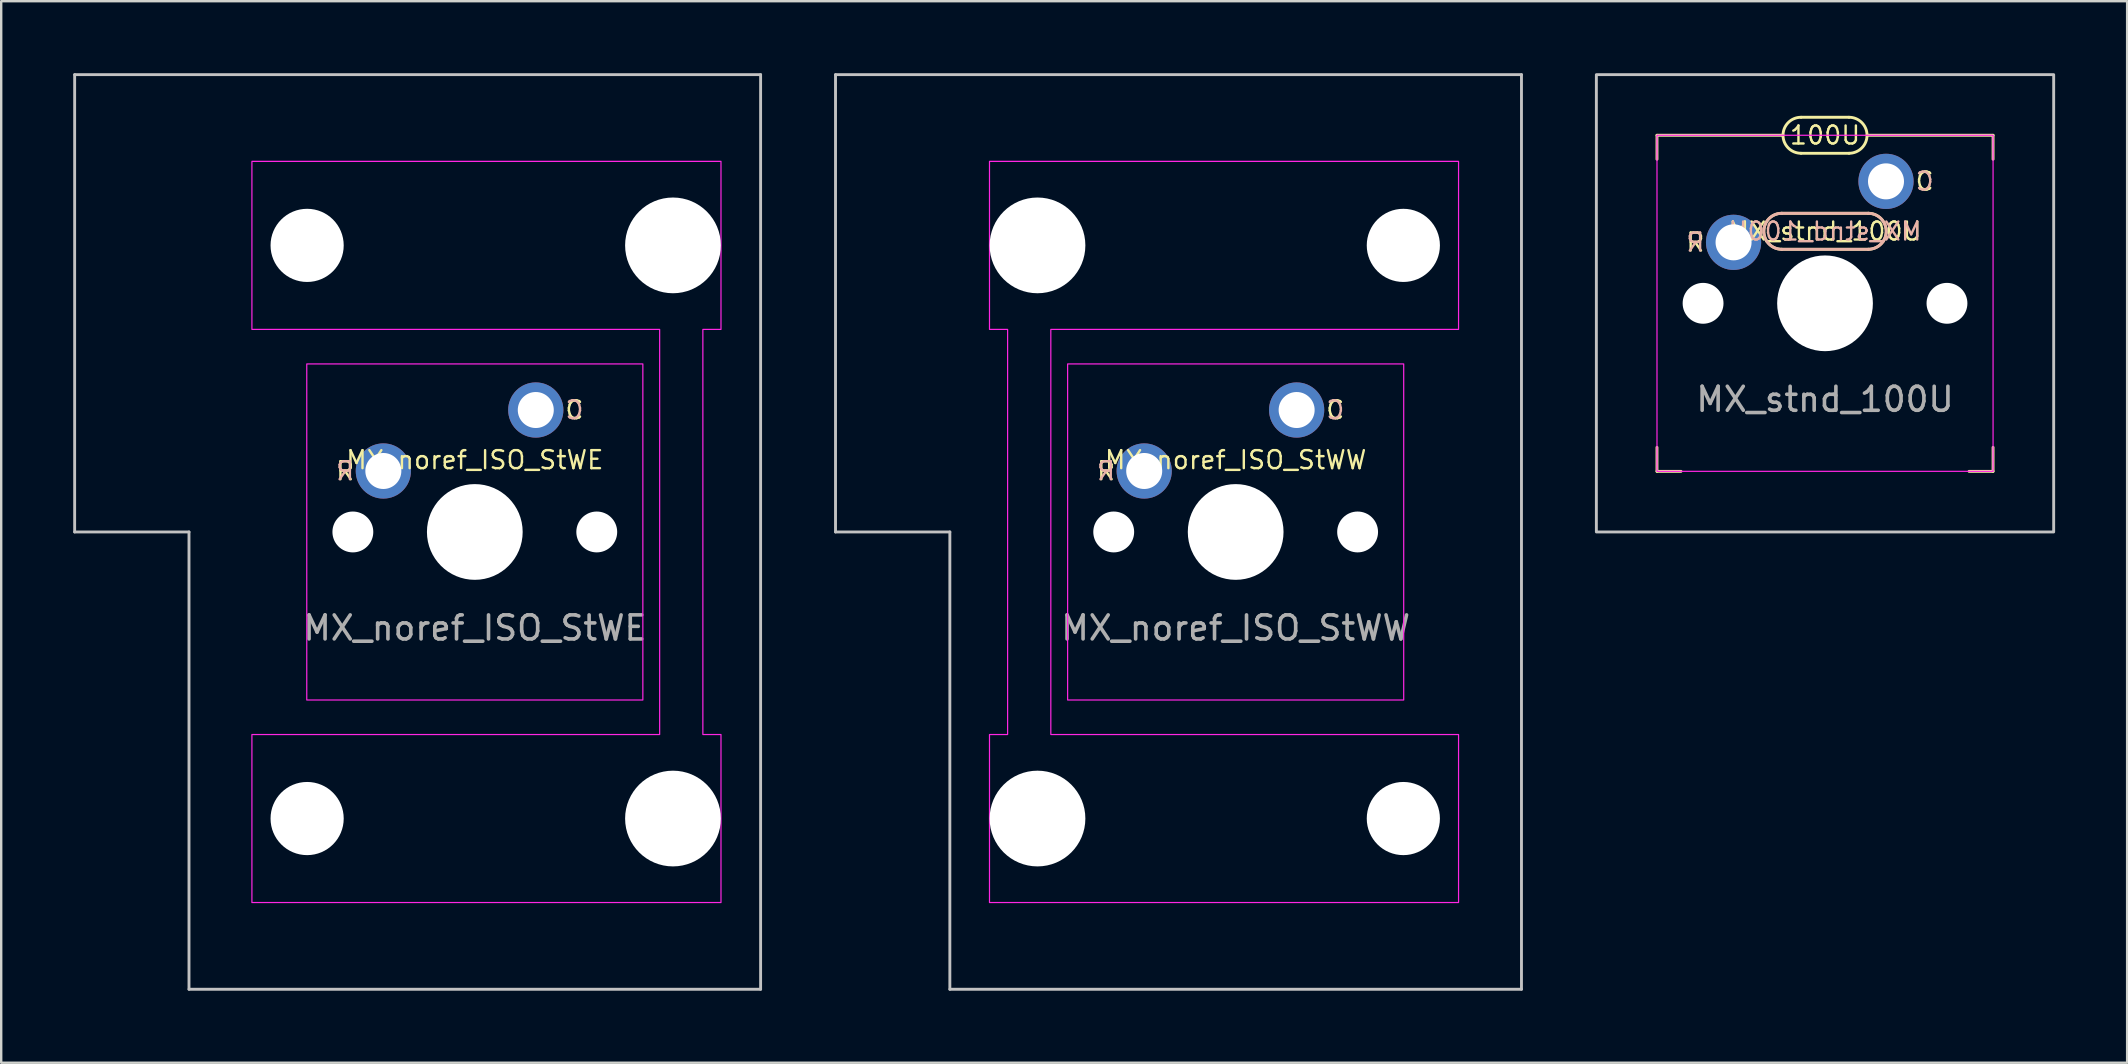
<source format=kicad_pcb>
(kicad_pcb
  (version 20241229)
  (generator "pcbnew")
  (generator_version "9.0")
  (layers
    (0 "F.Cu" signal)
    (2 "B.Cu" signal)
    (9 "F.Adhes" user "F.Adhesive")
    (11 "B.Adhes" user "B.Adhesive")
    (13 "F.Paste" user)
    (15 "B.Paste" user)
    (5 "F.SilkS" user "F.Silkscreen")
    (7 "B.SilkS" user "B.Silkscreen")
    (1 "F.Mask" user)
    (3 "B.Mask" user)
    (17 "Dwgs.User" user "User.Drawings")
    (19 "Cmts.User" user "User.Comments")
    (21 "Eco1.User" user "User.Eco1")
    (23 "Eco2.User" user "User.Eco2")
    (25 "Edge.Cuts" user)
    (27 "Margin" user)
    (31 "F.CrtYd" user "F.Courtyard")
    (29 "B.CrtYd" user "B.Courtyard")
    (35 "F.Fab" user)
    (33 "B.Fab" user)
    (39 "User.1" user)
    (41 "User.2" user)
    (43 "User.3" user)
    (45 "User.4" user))
  (footprint "MX_stnd_100U"
    (layer "F.Cu")
    (at 72.975 9.585)
    (property "Reference" "MX_stnd_100U" (at 0 -3 0) (unlocked yes) (layer "F.SilkS") (effects (font (size 0.75 0.75) (thickness 0.1))))
    (attr through_hole)
    (fp_line (start -7 -7) (end -1.75 -7) (stroke (width 0.12) (type solid)) (layer "F.SilkS"))
    (fp_line (start -7 -6) (end -7 -7) (stroke (width 0.12) (type solid)) (layer "F.SilkS"))
    (fp_line (start -7 7) (end -7 6) (stroke (width 0.12) (type solid)) (layer "F.SilkS"))
    (fp_line (start -6 7) (end -7 7) (stroke (width 0.12) (type solid)) (layer "F.SilkS"))
    (fp_line (start -1.8 -3.75) (end 1.8 -3.75) (stroke (width 0.12) (type solid)) (layer "F.SilkS"))
    (fp_line (start -1 -7.75) (end 1 -7.75) (stroke (width 0.12) (type solid)) (layer "F.SilkS"))
    (fp_line (start 1 -6.25) (end -1 -6.25) (stroke (width 0.12) (type solid)) (layer "F.SilkS"))
    (fp_line (start 1.8 -2.25) (end -1.8 -2.25) (stroke (width 0.12) (type solid)) (layer "F.SilkS"))
    (fp_line (start 6 7) (end 7 7) (stroke (width 0.12) (type solid)) (layer "F.SilkS"))
    (fp_line (start 7 -7) (end 1.75 -7) (stroke (width 0.12) (type solid)) (layer "F.SilkS"))
    (fp_line (start 7 -7) (end 7 -6) (stroke (width 0.12) (type solid)) (layer "F.SilkS"))
    (fp_line (start 7 7) (end 7 6) (stroke (width 0.12) (type solid)) (layer "F.SilkS"))
    (fp_arc (start -1.8 -2.25) (mid -2.55 -3) (end -1.8 -3.75) (stroke (width 0.12) (type solid)) (layer "F.SilkS"))
    (fp_arc (start -1 -6.25) (mid -1.75 -7) (end -1 -7.75) (stroke (width 0.12) (type solid)) (layer "F.SilkS"))
    (fp_arc (start 1 -7.75) (mid 1.75 -7) (end 1 -6.25) (stroke (width 0.12) (type solid)) (layer "F.SilkS"))
    (fp_arc (start 1.8 -3.75) (mid 2.55 -3) (end 1.8 -2.25) (stroke (width 0.12) (type solid)) (layer "F.SilkS"))
    (fp_line (start -1.8 -2.25) (end 1.8 -2.25) (stroke (width 0.12) (type solid)) (layer "B.SilkS"))
    (fp_line (start 1.8 -3.75) (end -1.8 -3.75) (stroke (width 0.12) (type solid)) (layer "B.SilkS"))
    (fp_arc (start -1.8 -2.25) (mid -2.55 -3) (end -1.8 -3.75) (stroke (width 0.12) (type solid)) (layer "B.SilkS"))
    (fp_arc (start 1.8 -3.75) (mid 2.55 -3) (end 1.8 -2.25) (stroke (width 0.12) (type solid)) (layer "B.SilkS"))
    (fp_rect (start -9.525 -9.525) (end 9.525 9.525) (stroke (width 0.12) (type solid)) (fill no) (layer "Dwgs.User"))
    (fp_rect (start -7 -7) (end 7 7) (stroke (width 0.05) (type solid)) (fill no) (layer "F.CrtYd"))
    (fp_text user "R" (at -5.4 -2.54 0) (unlocked yes) (layer "F.SilkS") (effects (font (size 0.75 0.75) (thickness 0.1))))
    (fp_text user "C" (at 4.15 -5.08 0) (unlocked yes) (layer "F.SilkS") (effects (font (size 0.75 0.75) (thickness 0.1))))
    (fp_text user "100U" (at 0 -7 0) (unlocked yes) (layer "F.SilkS") (effects (font (size 0.75 0.75) (thickness 0.1))))
    (fp_text user "C" (at 4.15 -5.08 0) (unlocked yes) (layer "B.SilkS") (effects (font (size 0.75 0.75) (thickness 0.1)) (justify mirror)))
    (fp_text user "R" (at -5.4 -2.54 0) (unlocked yes) (layer "B.SilkS") (effects (font (size 0.75 0.75) (thickness 0.1)) (justify mirror)))
    (fp_text user "${REFERENCE}" (at 0 -3 0) (unlocked yes) (layer "B.SilkS") (effects (font (size 0.75 0.75) (thickness 0.1)) (justify mirror)))
    (fp_text user "${REFERENCE}" (at 0 4 0) (unlocked yes) (layer "F.Fab") (effects (font (size 1 1) (thickness 0.15))))
    (pad "" np_thru_hole circle (at -5.08 0) (size 1.702 1.702) (drill 1.702) (layers "*.Cu" "*.Mask"))
    (pad "" np_thru_hole circle (at 0 0) (size 3.988 3.988) (drill 3.988) (layers "*.Cu" "*.Mask"))
    (pad "" np_thru_hole circle (at 5.08 0) (size 1.702 1.702) (drill 1.702) (layers "*.Cu" "*.Mask"))
    (pad "1" thru_hole circle (at 2.54 -5.08) (size 2.3 2.3) (drill 1.5) (layers "*.Cu" "*.Mask"))
    (pad "2" thru_hole circle (at -3.81 -2.54) (size 2.3 2.3) (drill 1.5) (layers "*.Cu" "*.Mask")))
  (footprint "MX_noref_ISO_StWE"
    (layer "F.Cu")
    (at 16.729 19.11)
    (property "Reference" "MX_noref_ISO_StWE" (at 0 -3 0) (unlocked yes) (layer "F.SilkS") (effects (font (size 0.75 0.75) (thickness 0.1))))
    (attr through_hole)
    (fp_line (start -16.669 -19.05) (end -16.669 0) (stroke (width 0.12) (type solid)) (layer "Dwgs.User"))
    (fp_line (start -16.669 0) (end -11.906 0) (stroke (width 0.12) (type solid)) (layer "Dwgs.User"))
    (fp_line (start -11.906 0) (end -11.906 19.05) (stroke (width 0.12) (type solid)) (layer "Dwgs.User"))
    (fp_line (start -11.906 19.05) (end 11.906 19.05) (stroke (width 0.12) (type solid)) (layer "Dwgs.User"))
    (fp_line (start 11.906 -19.05) (end -16.669 -19.05) (stroke (width 0.12) (type solid)) (layer "Dwgs.User"))
    (fp_line (start 11.906 19.05) (end 11.906 -19.05) (stroke (width 0.12) (type solid)) (layer "Dwgs.User"))
    (fp_rect (start -7 -7) (end 7 7) (stroke (width 0.05) (type solid)) (fill no) (layer "F.CrtYd"))
    (fp_poly (pts (xy 7.7 8.438) (xy 7.7 -8.438) (xy -9.285 -8.438) (xy -9.285 -15.438) (xy 10.255 -15.438) (xy 10.255 -8.438) (xy 9.5 -8.438) (xy 9.5 8.438) (xy 10.255 8.438) (xy 10.255 15.438) (xy -9.285 15.438) (xy -9.285 8.438)) (stroke (width 0.05) (type solid)) (fill no) (layer "F.CrtYd"))
    (fp_text user "R" (at -5.4 -2.54 0) (unlocked yes) (layer "F.SilkS") (effects (font (size 0.75 0.75) (thickness 0.1))))
    (fp_text user "C" (at 4.15 -5.08 0) (unlocked yes) (layer "F.SilkS") (effects (font (size 0.75 0.75) (thickness 0.1))))
    (fp_text user "R" (at -5.4 -2.54 0) (unlocked yes) (layer "B.SilkS") (effects (font (size 0.75 0.75) (thickness 0.1)) (justify mirror)))
    (fp_text user "C" (at 4.15 -5.08 0) (unlocked yes) (layer "B.SilkS") (effects (font (size 0.75 0.75) (thickness 0.1)) (justify mirror)))
    (fp_text user "${REFERENCE}" (at 0 4 0) (unlocked yes) (layer "F.Fab") (effects (font (size 1 1) (thickness 0.15))))
    (pad "" np_thru_hole circle (at -6.985 -11.938 90) (size 3.048 3.048) (drill 3.048) (layers "*.Cu" "*.Mask"))
    (pad "" np_thru_hole circle (at -6.985 11.938 90) (size 3.048 3.048) (drill 3.048) (layers "*.Cu" "*.Mask"))
    (pad "" np_thru_hole circle (at -5.08 0) (size 1.702 1.702) (drill 1.702) (layers "*.Cu" "*.Mask"))
    (pad "" np_thru_hole circle (at 0 0) (size 3.988 3.988) (drill 3.988) (layers "*.Cu" "*.Mask"))
    (pad "" np_thru_hole circle (at 5.08 0) (size 1.702 1.702) (drill 1.702) (layers "*.Cu" "*.Mask"))
    (pad "" np_thru_hole circle (at 8.255 -11.938 90) (size 3.988 3.988) (drill 3.988) (layers "*.Cu" "*.Mask"))
    (pad "" np_thru_hole circle (at 8.255 11.938 90) (size 3.988 3.988) (drill 3.988) (layers "*.Cu" "*.Mask"))
    (pad "1" thru_hole circle (at 2.54 -5.08) (size 2.3 2.3) (drill 1.5) (layers "*.Cu" "*.Mask"))
    (pad "2" thru_hole circle (at -3.81 -2.54) (size 2.3 2.3) (drill 1.5) (layers "*.Cu" "*.Mask")))
  (footprint "MX_noref_ISO_StWW"
    (layer "F.Cu")
    (at 48.424 19.11)
    (property "Reference" "MX_noref_ISO_StWW" (at 0 -3 0) (unlocked yes) (layer "F.SilkS") (effects (font (size 0.75 0.75) (thickness 0.1))))
    (attr through_hole)
    (fp_line (start -16.669 -19.05) (end -16.669 0) (stroke (width 0.12) (type solid)) (layer "Dwgs.User"))
    (fp_line (start -16.669 0) (end -11.906 0) (stroke (width 0.12) (type solid)) (layer "Dwgs.User"))
    (fp_line (start -11.906 0) (end -11.906 19.05) (stroke (width 0.12) (type solid)) (layer "Dwgs.User"))
    (fp_line (start -11.906 19.05) (end 11.906 19.05) (stroke (width 0.12) (type solid)) (layer "Dwgs.User"))
    (fp_line (start 11.906 -19.05) (end -16.669 -19.05) (stroke (width 0.12) (type solid)) (layer "Dwgs.User"))
    (fp_line (start 11.906 19.05) (end 11.906 -19.05) (stroke (width 0.12) (type solid)) (layer "Dwgs.User"))
    (fp_rect (start -7 -7) (end 7 7) (stroke (width 0.05) (type solid)) (fill no) (layer "F.CrtYd"))
    (fp_poly (pts (xy -7.7 -8.438) (xy -7.7 8.438) (xy 9.285 8.438) (xy 9.285 15.438) (xy -10.255 15.438) (xy -10.255 8.438) (xy -9.5 8.438) (xy -9.5 -8.438) (xy -10.255 -8.438) (xy -10.255 -15.438) (xy 9.285 -15.438) (xy 9.285 -8.438)) (stroke (width 0.05) (type solid)) (fill no) (layer "F.CrtYd"))
    (fp_text user "R" (at -5.4 -2.54 0) (unlocked yes) (layer "F.SilkS") (effects (font (size 0.75 0.75) (thickness 0.1))))
    (fp_text user "C" (at 4.15 -5.08 0) (unlocked yes) (layer "F.SilkS") (effects (font (size 0.75 0.75) (thickness 0.1))))
    (fp_text user "R" (at -5.4 -2.54 0) (unlocked yes) (layer "B.SilkS") (effects (font (size 0.75 0.75) (thickness 0.1)) (justify mirror)))
    (fp_text user "C" (at 4.15 -5.08 0) (unlocked yes) (layer "B.SilkS") (effects (font (size 0.75 0.75) (thickness 0.1)) (justify mirror)))
    (fp_text user "${REFERENCE}" (at 0 4 0) (unlocked yes) (layer "F.Fab") (effects (font (size 1 1) (thickness 0.15))))
    (pad "" np_thru_hole circle (at -8.255 -11.938 270) (size 3.988 3.988) (drill 3.988) (layers "*.Cu" "*.Mask"))
    (pad "" np_thru_hole circle (at -8.255 11.938 270) (size 3.988 3.988) (drill 3.988) (layers "*.Cu" "*.Mask"))
    (pad "" np_thru_hole circle (at -5.08 0) (size 1.702 1.702) (drill 1.702) (layers "*.Cu" "*.Mask"))
    (pad "" np_thru_hole circle (at 0 0) (size 3.988 3.988) (drill 3.988) (layers "*.Cu" "*.Mask"))
    (pad "" np_thru_hole circle (at 5.08 0) (size 1.702 1.702) (drill 1.702) (layers "*.Cu" "*.Mask"))
    (pad "" np_thru_hole circle (at 6.985 -11.938 270) (size 3.048 3.048) (drill 3.048) (layers "*.Cu" "*.Mask"))
    (pad "" np_thru_hole circle (at 6.985 11.938 270) (size 3.048 3.048) (drill 3.048) (layers "*.Cu" "*.Mask"))
    (pad "1" thru_hole circle (at 2.54 -5.08) (size 2.3 2.3) (drill 1.5) (layers "*.Cu" "*.Mask"))
    (pad "2" thru_hole circle (at -3.81 -2.54) (size 2.3 2.3) (drill 1.5) (layers "*.Cu" "*.Mask")))
  (gr_rect
    (start -3 -3)
    (end 85.56 41.22)
    (stroke (width 0.1) (type default))
    (fill no)
    (layer "Edge.Cuts")))
</source>
